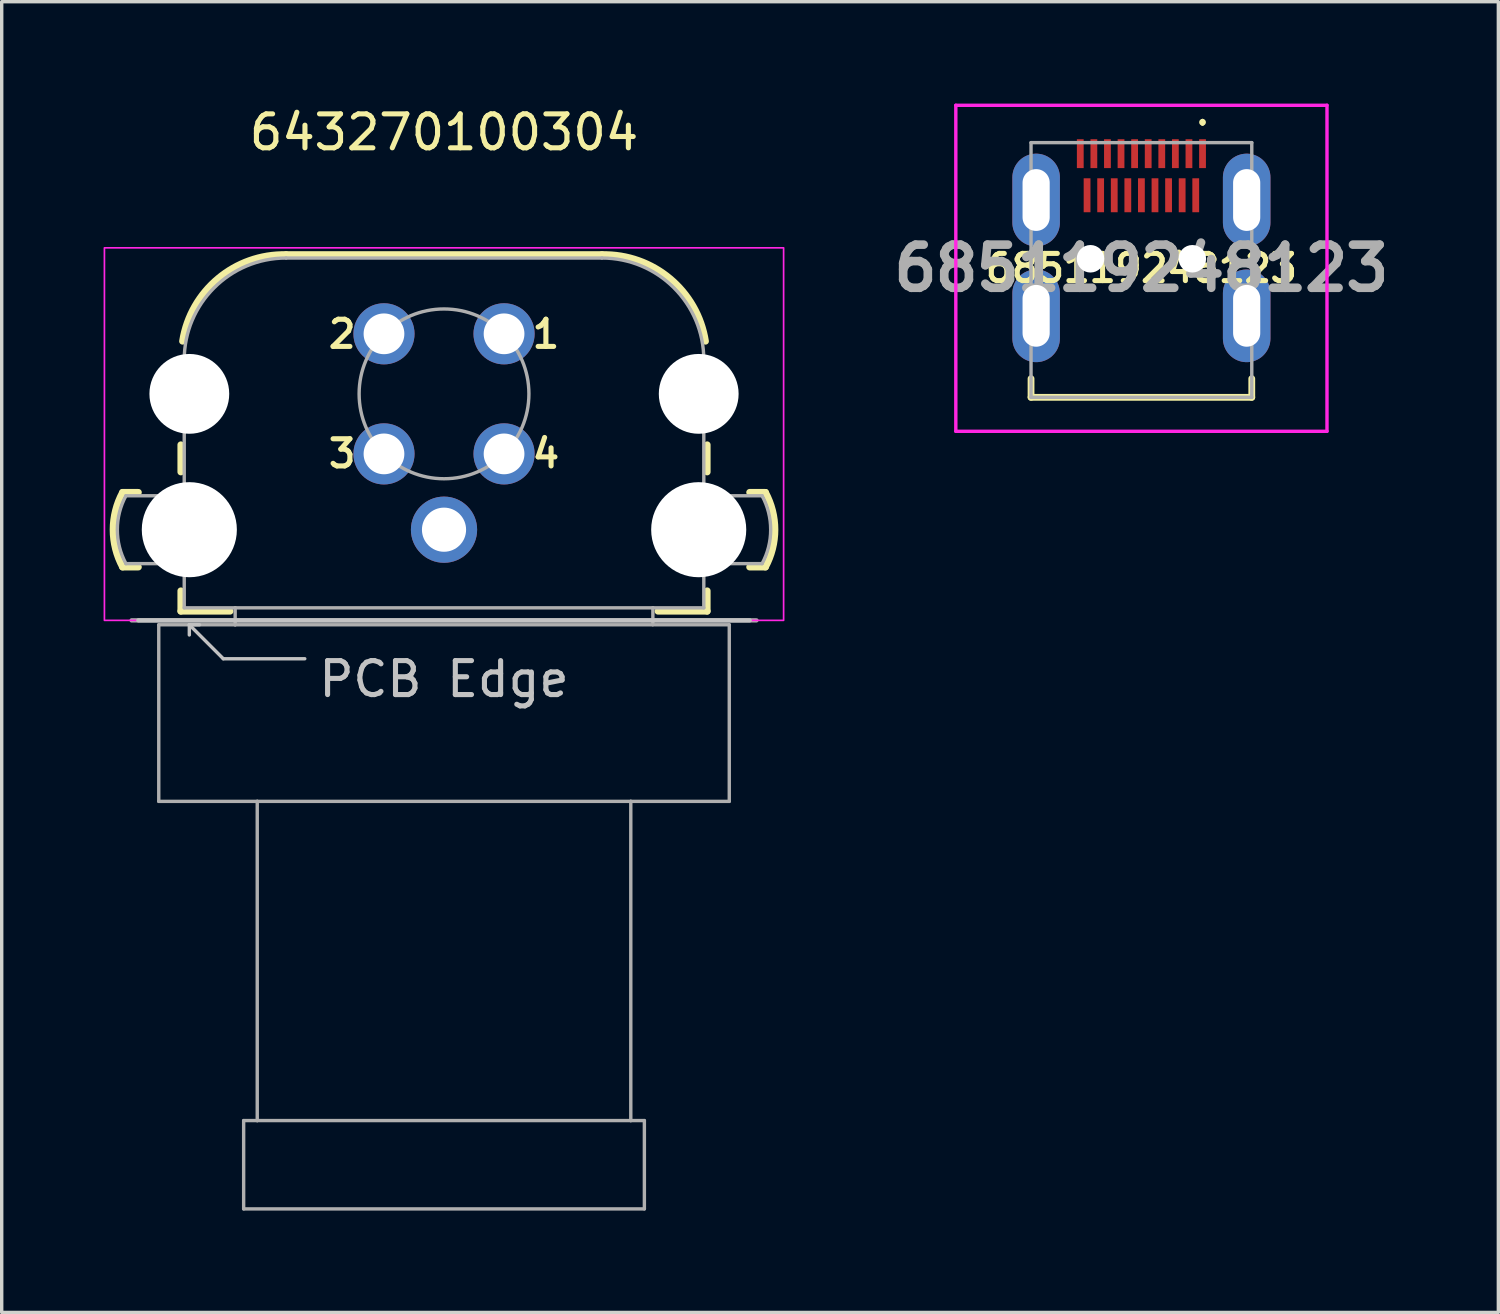
<source format=kicad_pcb>
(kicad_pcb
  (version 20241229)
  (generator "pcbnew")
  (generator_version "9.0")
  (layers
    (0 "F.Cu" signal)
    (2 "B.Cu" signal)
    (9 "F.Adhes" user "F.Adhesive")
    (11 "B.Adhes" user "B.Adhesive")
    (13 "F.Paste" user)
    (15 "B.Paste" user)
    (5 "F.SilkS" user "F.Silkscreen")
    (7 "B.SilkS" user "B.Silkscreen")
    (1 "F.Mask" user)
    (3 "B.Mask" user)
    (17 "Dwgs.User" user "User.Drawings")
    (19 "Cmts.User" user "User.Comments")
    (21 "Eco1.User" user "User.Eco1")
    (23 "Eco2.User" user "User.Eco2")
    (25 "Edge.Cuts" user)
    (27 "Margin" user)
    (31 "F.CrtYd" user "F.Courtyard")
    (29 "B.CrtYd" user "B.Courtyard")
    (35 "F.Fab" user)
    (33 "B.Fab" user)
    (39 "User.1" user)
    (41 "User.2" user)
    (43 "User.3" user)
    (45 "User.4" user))
  (footprint "685119248123"
    (layer "F.Cu")
    (at 30.561 4.9)
    (property "Reference" "685119248123" (at 0 -0.05 0) (layer "F.SilkS") (effects (font (size 0.8 0.8) (thickness 0.15) (bold yes))))
    (attr through_hole)
    (fp_line (start -3.25 3.2) (end -3.25 3.75) (stroke (width 0.2) (type solid)) (layer "F.SilkS"))
    (fp_line (start -3.25 3.75) (end 3.25 3.75) (stroke (width 0.2) (type solid)) (layer "F.SilkS"))
    (fp_line (start 1.8 -4.4) (end 1.8 -4.4) (stroke (width 0.1) (type solid)) (layer "F.SilkS"))
    (fp_line (start 1.8 -4.3) (end 1.8 -4.3) (stroke (width 0.1) (type solid)) (layer "F.SilkS"))
    (fp_line (start 3.25 3.75) (end 3.25 3.2) (stroke (width 0.2) (type solid)) (layer "F.SilkS"))
    (fp_arc (start 1.8 -4.4) (mid 1.85 -4.35) (end 1.8 -4.3) (stroke (width 0.1) (type solid)) (layer "F.SilkS"))
    (fp_arc (start 1.8 -4.3) (mid 1.75 -4.35) (end 1.8 -4.4) (stroke (width 0.1) (type solid)) (layer "F.SilkS"))
    (fp_line (start -5.465 -4.85) (end 5.465 -4.85) (stroke (width 0.1) (type solid)) (layer "F.CrtYd"))
    (fp_line (start -5.465 4.75) (end -5.465 -4.85) (stroke (width 0.1) (type solid)) (layer "F.CrtYd"))
    (fp_line (start 5.465 -4.85) (end 5.465 4.75) (stroke (width 0.1) (type solid)) (layer "F.CrtYd"))
    (fp_line (start 5.465 4.75) (end -5.465 4.75) (stroke (width 0.1) (type solid)) (layer "F.CrtYd"))
    (fp_line (start -3.25 -3.75) (end -3.25 3.75) (stroke (width 0.1) (type solid)) (layer "F.Fab"))
    (fp_line (start -3.25 3.75) (end 3.25 3.75) (stroke (width 0.1) (type solid)) (layer "F.Fab"))
    (fp_line (start 3.25 -3.75) (end -3.25 -3.75) (stroke (width 0.1) (type solid)) (layer "F.Fab"))
    (fp_line (start 3.25 3.75) (end 3.25 -3.75) (stroke (width 0.1) (type solid)) (layer "F.Fab"))
    (fp_text user "${REFERENCE}" (at 0 -0.05 0) (layer "F.Fab") (effects (font (size 1.27 1.27) (thickness 0.254))))
    (pad "" np_thru_hole circle (at -1.5 -0.33) (size 0.81 0.81) (drill 0.81) (layers "*.Cu" "*.Mask"))
    (pad "" np_thru_hole circle (at 1.5 -0.33) (size 0.81 0.81) (drill 0.81) (layers "*.Cu" "*.Mask"))
    (pad "1" smd rect (at 1.8 -3.425) (size 0.2 0.85) (layers "F.Cu" "F.Mask" "F.Paste"))
    (pad "2" smd rect (at 1.6 -2.2) (size 0.2 1) (layers "F.Cu" "F.Mask" "F.Paste"))
    (pad "3" smd rect (at 1.4 -3.425) (size 0.2 0.85) (layers "F.Cu" "F.Mask" "F.Paste"))
    (pad "4" smd rect (at 1.2 -2.2) (size 0.2 1) (layers "F.Cu" "F.Mask" "F.Paste"))
    (pad "5" smd rect (at 1 -3.425) (size 0.2 0.85) (layers "F.Cu" "F.Mask" "F.Paste"))
    (pad "6" smd rect (at 0.8 -2.2) (size 0.2 1) (layers "F.Cu" "F.Mask" "F.Paste"))
    (pad "7" smd rect (at 0.6 -3.425) (size 0.2 0.85) (layers "F.Cu" "F.Mask" "F.Paste"))
    (pad "8" smd rect (at 0.4 -2.2) (size 0.2 1) (layers "F.Cu" "F.Mask" "F.Paste"))
    (pad "9" smd rect (at 0.2 -3.425) (size 0.2 0.85) (layers "F.Cu" "F.Mask" "F.Paste"))
    (pad "10" smd rect (at 0 -2.2) (size 0.2 1) (layers "F.Cu" "F.Mask" "F.Paste"))
    (pad "11" smd rect (at -0.2 -3.425) (size 0.2 0.85) (layers "F.Cu" "F.Mask" "F.Paste"))
    (pad "12" smd rect (at -0.4 -2.2) (size 0.2 1) (layers "F.Cu" "F.Mask" "F.Paste"))
    (pad "13" smd rect (at -0.6 -3.425) (size 0.2 0.85) (layers "F.Cu" "F.Mask" "F.Paste"))
    (pad "14" smd rect (at -0.8 -2.2) (size 0.2 1) (layers "F.Cu" "F.Mask" "F.Paste"))
    (pad "15" smd rect (at -1 -3.425) (size 0.2 0.85) (layers "F.Cu" "F.Mask" "F.Paste"))
    (pad "16" smd rect (at -1.2 -2.2) (size 0.2 1) (layers "F.Cu" "F.Mask" "F.Paste"))
    (pad "17" smd rect (at -1.4 -3.425) (size 0.2 0.85) (layers "F.Cu" "F.Mask" "F.Paste"))
    (pad "18" smd rect (at -1.6 -2.2) (size 0.2 1) (layers "F.Cu" "F.Mask" "F.Paste"))
    (pad "19" smd rect (at -1.8 -3.425) (size 0.2 0.85) (layers "F.Cu" "F.Mask" "F.Paste"))
    (pad "MH1" thru_hole oval (at 3.1 -2.06) (size 1.4 2.73) (drill oval 0.8 1.82) (layers "*.Cu" "*.Mask"))
    (pad "MH2" thru_hole oval (at 3.1 1.35) (size 1.4 2.73) (drill oval 0.8 1.82) (layers "*.Cu" "*.Mask"))
    (pad "MH3" thru_hole oval (at -3.1 -2.06) (size 1.4 2.73) (drill oval 0.8 1.82) (layers "*.Cu" "*.Mask"))
    (pad "MH4" thru_hole oval (at -3.1 1.35) (size 1.4 2.73) (drill oval 0.8 1.82) (layers "*.Cu" "*.Mask")))
  (footprint "643270100304"
    (layer "F.Cu")
    (at 10.025 8.548)
    (property "Reference" "643270100304" (at 0 -7.7 0) (layer "F.SilkS") (effects (font (size 1 1) (thickness 0.15))))
    (attr through_hole)
    (fp_line (start -9 2.9) (end -9.466 2.9) (stroke (width 0.2) (type solid)) (layer "F.SilkS"))
    (fp_line (start -9 5.1) (end -9.466 5.1) (stroke (width 0.2) (type solid)) (layer "F.SilkS"))
    (fp_line (start -7.75 2.3) (end -7.75 1.5) (stroke (width 0.2) (type solid)) (layer "F.SilkS"))
    (fp_line (start -7.75 5.8) (end -7.75 6.4) (stroke (width 0.2) (type solid)) (layer "F.SilkS"))
    (fp_line (start -7.75 6.4) (end -6.3 6.4) (stroke (width 0.2) (type solid)) (layer "F.SilkS"))
    (fp_line (start -4.65 -4.1) (end 4.65 -4.1) (stroke (width 0.2) (type solid)) (layer "F.SilkS"))
    (fp_line (start 7.75 1.5) (end 7.75 2.3) (stroke (width 0.2) (type solid)) (layer "F.SilkS"))
    (fp_line (start 7.75 5.8) (end 7.75 6.4) (stroke (width 0.2) (type solid)) (layer "F.SilkS"))
    (fp_line (start 7.75 6.4) (end 6.3 6.4) (stroke (width 0.2) (type solid)) (layer "F.SilkS"))
    (fp_line (start 9 2.9) (end 9.466 2.9) (stroke (width 0.2) (type solid)) (layer "F.SilkS"))
    (fp_line (start 9 5.1) (end 9.466 5.1) (stroke (width 0.2) (type solid)) (layer "F.SilkS"))
    (fp_arc (start -9.466 5.1) (mid -9.744823 4) (end -9.466 2.9) (stroke (width 0.2) (type solid)) (layer "F.SilkS"))
    (fp_arc (start -7.7 -1.55) (mid -6.653916 -3.397821) (end -4.65 -4.099999) (stroke (width 0.2) (type solid)) (layer "F.SilkS"))
    (fp_arc (start 4.65 -4.099999) (mid 6.653916 -3.39782) (end 7.7 -1.55) (stroke (width 0.2) (type solid)) (layer "F.SilkS"))
    (fp_arc (start 9.466 2.9) (mid 9.744823 4) (end 9.466 5.1) (stroke (width 0.2) (type solid)) (layer "F.SilkS"))
    (fp_line (start -9 6.67) (end 9 6.67) (stroke (width 0.127) (type solid)) (layer "Dwgs.User"))
    (fp_line (start -7.5 6.8) (end -7.5 7.1) (stroke (width 0.1) (type solid)) (layer "Dwgs.User"))
    (fp_line (start -7.5 6.8) (end -7.2 6.8) (stroke (width 0.1) (type solid)) (layer "Dwgs.User"))
    (fp_line (start -6.5 7.8) (end -7.5 6.8) (stroke (width 0.1) (type solid)) (layer "Dwgs.User"))
    (fp_line (start -4.1 7.8) (end -6.5 7.8) (stroke (width 0.1) (type solid)) (layer "Dwgs.User"))
    (fp_rect (start -10 -4.3) (end 10 6.67) (stroke (width 0.05) (type solid)) (fill no) (layer "F.CrtYd"))
    (fp_line (start -9.366 5) (end -7.7 5) (stroke (width 0.1) (type solid)) (layer "F.Fab"))
    (fp_line (start -9.2 6.67) (end 9.2 6.67) (stroke (width 0.127) (type solid)) (layer "F.Fab"))
    (fp_line (start -8.4 12) (end -8.4 6.8) (stroke (width 0.1) (type solid)) (layer "F.Fab"))
    (fp_line (start -8.4 12) (end -5.5 12) (stroke (width 0.1) (type solid)) (layer "F.Fab"))
    (fp_line (start -7.65 3) (end -9.366 3) (stroke (width 0.1) (type solid)) (layer "F.Fab"))
    (fp_line (start -7.65 3) (end -7.65 -1) (stroke (width 0.1) (type solid)) (layer "F.Fab"))
    (fp_line (start -7.65 6.3) (end -7.65 3) (stroke (width 0.1) (type solid)) (layer "F.Fab"))
    (fp_line (start -7.65 6.3) (end -6.15 6.3) (stroke (width 0.1) (type solid)) (layer "F.Fab"))
    (fp_line (start -6.15 6.3) (end -6.15 6.8) (stroke (width 0.1) (type solid)) (layer "F.Fab"))
    (fp_line (start -6.15 6.3) (end 6.15 6.3) (stroke (width 0.1) (type solid)) (layer "F.Fab"))
    (fp_line (start -6.15 6.8) (end -8.4 6.8) (stroke (width 0.1) (type solid)) (layer "F.Fab"))
    (fp_line (start -6.15 6.8) (end 6.15 6.8) (stroke (width 0.1) (type solid)) (layer "F.Fab"))
    (fp_line (start -5.9 21.4) (end -5.9 24) (stroke (width 0.1) (type solid)) (layer "F.Fab"))
    (fp_line (start -5.9 24) (end 5.9 24) (stroke (width 0.1) (type solid)) (layer "F.Fab"))
    (fp_line (start -5.5 12) (end 5.5 12) (stroke (width 0.1) (type solid)) (layer "F.Fab"))
    (fp_line (start -5.5 21.4) (end -5.9 21.4) (stroke (width 0.1) (type solid)) (layer "F.Fab"))
    (fp_line (start -5.5 21.4) (end -5.5 12) (stroke (width 0.1) (type solid)) (layer "F.Fab"))
    (fp_line (start -5.5 21.4) (end 5.5 21.4) (stroke (width 0.1) (type solid)) (layer "F.Fab"))
    (fp_line (start -4.65 -4) (end 4.65 -4) (stroke (width 0.1) (type solid)) (layer "F.Fab"))
    (fp_line (start 5.5 12) (end 8.4 12) (stroke (width 0.1) (type solid)) (layer "F.Fab"))
    (fp_line (start 5.5 21.4) (end 5.5 12) (stroke (width 0.1) (type solid)) (layer "F.Fab"))
    (fp_line (start 5.9 21.4) (end 5.5 21.4) (stroke (width 0.1) (type solid)) (layer "F.Fab"))
    (fp_line (start 5.9 24) (end 5.9 21.4) (stroke (width 0.1) (type solid)) (layer "F.Fab"))
    (fp_line (start 6.15 6.3) (end 6.15 6.8) (stroke (width 0.1) (type solid)) (layer "F.Fab"))
    (fp_line (start 6.15 6.3) (end 7.65 6.3) (stroke (width 0.1) (type solid)) (layer "F.Fab"))
    (fp_line (start 6.2 6.8) (end 8.4 6.8) (stroke (width 0.1) (type solid)) (layer "F.Fab"))
    (fp_line (start 7.65 3) (end 9.366 3) (stroke (width 0.1) (type solid)) (layer "F.Fab"))
    (fp_line (start 7.65 6.3) (end 7.65 -1) (stroke (width 0.1) (type solid)) (layer "F.Fab"))
    (fp_line (start 8.4 12) (end 8.4 6.8) (stroke (width 0.1) (type solid)) (layer "F.Fab"))
    (fp_line (start 9.366 5) (end 7.7 5) (stroke (width 0.1) (type solid)) (layer "F.Fab"))
    (fp_arc (start -9.366 5) (mid -9.619475 4) (end -9.366 3) (stroke (width 0.1) (type solid)) (layer "F.Fab"))
    (fp_arc (start -7.65 -1) (mid -6.77132 -3.12132) (end -4.65 -4) (stroke (width 0.1) (type solid)) (layer "F.Fab"))
    (fp_arc (start 4.65 -4) (mid 6.77132 -3.12132) (end 7.65 -1) (stroke (width 0.1) (type solid)) (layer "F.Fab"))
    (fp_arc (start 9.366 3) (mid 9.619475 4) (end 9.366 5) (stroke (width 0.1) (type solid)) (layer "F.Fab"))
    (fp_circle (center 0 0) (end 2.5 0) (stroke (width 0.1) (type solid)) (fill no) (layer "F.Fab"))
    (fp_text user "4" (at 3 1.76 0) (layer "F.SilkS") (effects (font (size 0.8 0.8) (thickness 0.15))))
    (fp_text user "1" (at 3 -1.76 0) (layer "F.SilkS") (effects (font (size 0.8 0.8) (thickness 0.15))))
    (fp_text user "2" (at -3 -1.76 0) (layer "F.SilkS") (effects (font (size 0.8 0.8) (thickness 0.15))))
    (fp_text user "3" (at -3 1.76 0) (layer "F.SilkS") (effects (font (size 0.8 0.8) (thickness 0.15))))
    (fp_text user "PCB Edge" (at 0 8.4 0) (layer "Dwgs.User") (effects (font (size 1 1) (thickness 0.15))))
    (pad "" np_thru_hole circle (at -7.5 0) (size 2.35 2.35) (drill 2.35) (layers "*.Cu" "*.Mask"))
    (pad "" np_thru_hole circle (at -7.5 4) (size 2.8 2.8) (drill 2.8) (layers "*.Cu" "*.Mask"))
    (pad "" np_thru_hole circle (at 7.5 0) (size 2.35 2.35) (drill 2.35) (layers "*.Cu" "*.Mask"))
    (pad "" np_thru_hole circle (at 7.5 4) (size 2.8 2.8) (drill 2.8) (layers "*.Cu" "*.Mask"))
    (pad "1" thru_hole circle (at 1.768 -1.768) (size 1.8 1.8) (drill 1.2) (layers "*.Cu" "*.Mask"))
    (pad "2" thru_hole circle (at -1.768 -1.768) (size 1.8 1.8) (drill 1.2) (layers "*.Cu" "*.Mask"))
    (pad "3" thru_hole circle (at -1.768 1.768) (size 1.8 1.8) (drill 1.2) (layers "*.Cu" "*.Mask"))
    (pad "4" thru_hole circle (at 1.768 1.768) (size 1.8 1.8) (drill 1.2) (layers "*.Cu" "*.Mask"))
    (pad "S1" thru_hole circle (at 0 4) (size 1.95 1.95) (drill 1.3) (layers "*.Cu" "*.Mask")))
  (gr_rect
    (start -3 -3)
    (end 41.072 35.598)
    (stroke (width 0.1) (type default))
    (fill no)
    (layer "Edge.Cuts")))
</source>
